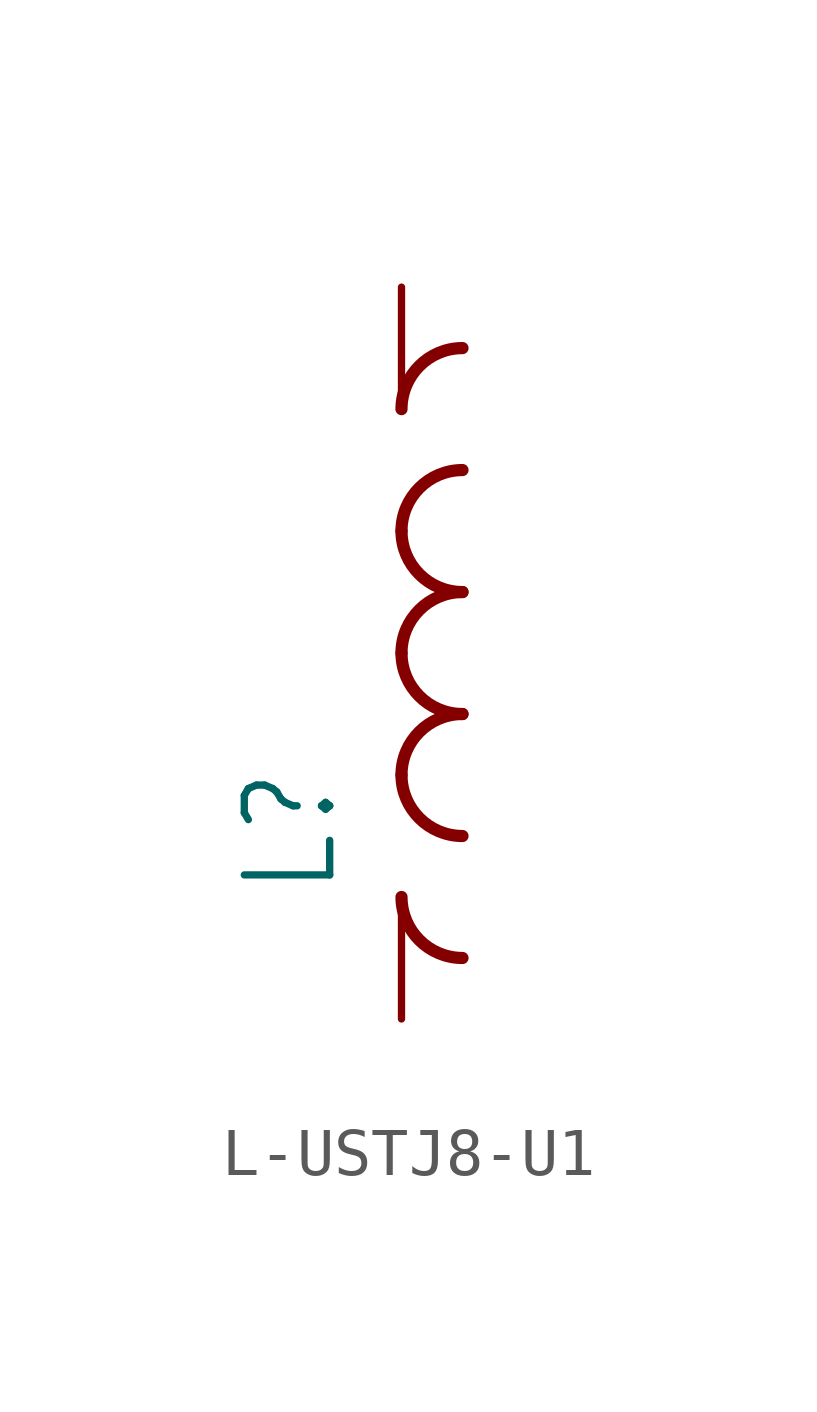
<source format=kicad_sym>
(kicad_symbol_lib
  (version 20241209)
  (generator "kicad_symbol_editor")
  (generator_version "9.0")
  (symbol "L-USTJ8-U1"
    (property "Reference" "L"
      (at -1.27 -5.08 90)
      (effects (font (size 1.778 1.511)) (justify left bottom)))
    (property "Value" ""
      (at 3.81 -5.08 90)
      (effects (font (size 1.778 1.511)) (justify left bottom)))
    (property "ki_locked" ""
      (at 0 0 0)
      (effects (font (size 1.27 1.27))))
    (symbol "L-USTJ8-U1_1_0"
      (arc (start 0 5.08) (mid 0.372 5.978) (end 1.27 6.35) (stroke (width 0.254) (type solid)) (fill (type none)))
      (arc (start 0 2.54) (mid 0.372 3.438) (end 1.27 3.81) (stroke (width 0.254) (type solid)) (fill (type none)))
      (arc (start 1.27 1.27) (mid 0.372 1.642) (end 0 2.54) (stroke (width 0.254) (type solid)) (fill (type none)))
      (arc (start 0 0) (mid 0.372 0.898) (end 1.27 1.27) (stroke (width 0.254) (type solid)) (fill (type none)))
      (arc (start 1.27 -1.27) (mid 0.372 -0.898) (end 0 0) (stroke (width 0.254) (type solid)) (fill (type none)))
      (arc (start 0 -2.54) (mid 0.372 -1.642) (end 1.27 -1.27) (stroke (width 0.254) (type solid)) (fill (type none)))
      (arc (start 1.27 -3.81) (mid 0.372 -3.438) (end 0 -2.54) (stroke (width 0.254) (type solid)) (fill (type none)))
      (arc (start 1.27 -6.35) (mid 0.372 -5.978) (end 0 -5.08) (stroke (width 0.254) (type solid)) (fill (type none)))
      (pin passive line (at 0 7.62 270) (length 2.54) (name "1" (effects (font (size 0 0)))) (number "1" (effects (font (size 0 0)))))
      (pin passive line (at 0 -7.62 90) (length 2.54) (name "2" (effects (font (size 0 0)))) (number "2" (effects (font (size 0 0))))))))
</source>
